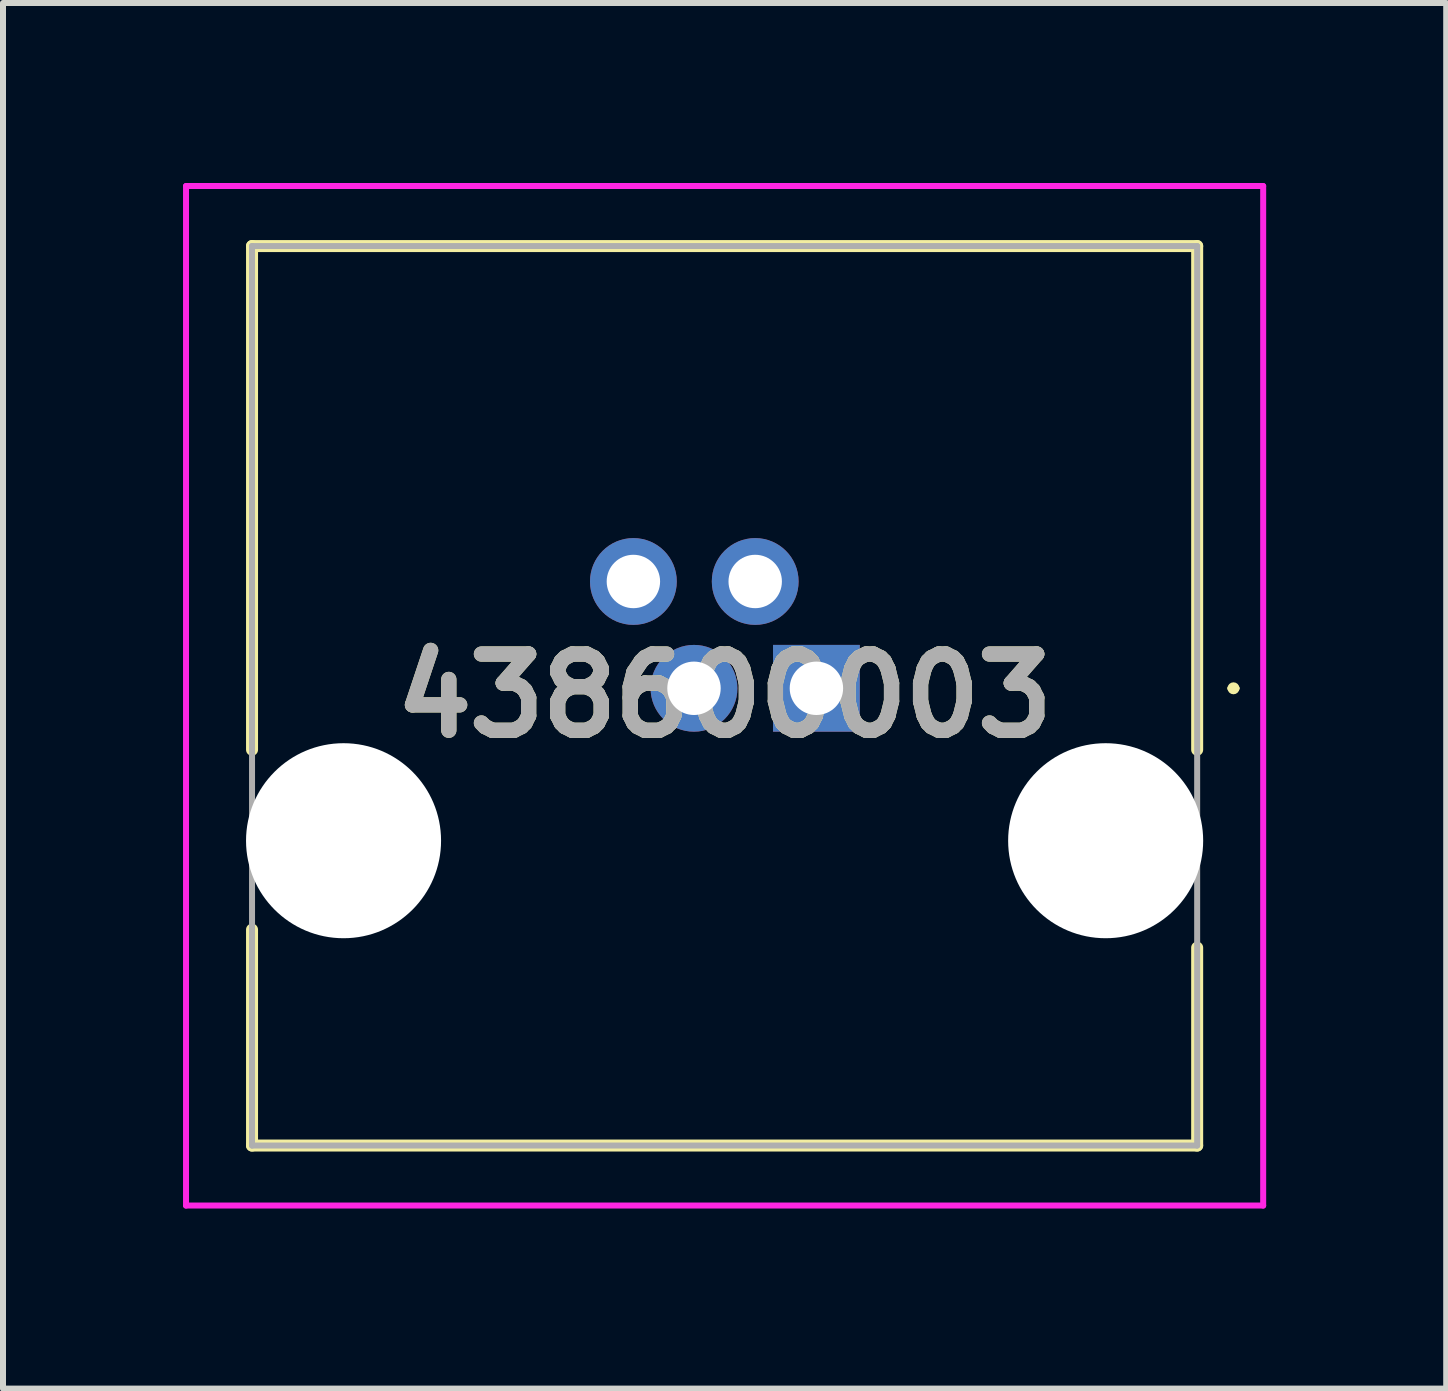
<source format=kicad_pcb>
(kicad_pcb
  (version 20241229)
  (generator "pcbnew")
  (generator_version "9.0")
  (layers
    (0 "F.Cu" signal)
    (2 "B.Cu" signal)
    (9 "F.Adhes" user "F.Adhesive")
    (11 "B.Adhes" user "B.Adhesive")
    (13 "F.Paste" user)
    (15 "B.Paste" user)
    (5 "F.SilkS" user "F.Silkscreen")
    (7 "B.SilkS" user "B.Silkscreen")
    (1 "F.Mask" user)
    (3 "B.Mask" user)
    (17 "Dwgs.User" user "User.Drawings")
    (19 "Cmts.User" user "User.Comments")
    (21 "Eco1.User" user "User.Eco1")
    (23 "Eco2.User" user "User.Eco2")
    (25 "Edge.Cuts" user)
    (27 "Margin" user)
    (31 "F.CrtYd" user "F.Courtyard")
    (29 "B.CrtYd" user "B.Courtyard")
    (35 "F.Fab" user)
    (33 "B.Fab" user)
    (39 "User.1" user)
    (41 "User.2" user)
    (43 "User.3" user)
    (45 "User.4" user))
  (footprint "438600003"
    (layer "F.Cu")
    (at 10.555 8.42)
    (property "Reference" "438600003" (at -1.53 0.125 0) (layer "F.SilkS") (effects (font (size 1.27 1.27) (thickness 0.254))))
    (attr through_hole)
    (fp_line (start -9.405 -7.37) (end 6.345 -7.37) (stroke (width 0.2) (type solid)) (layer "F.SilkS"))
    (fp_line (start -9.405 1.024) (end -9.405 -7.37) (stroke (width 0.2) (type solid)) (layer "F.SilkS"))
    (fp_line (start -9.405 4.022) (end -9.405 7.62) (stroke (width 0.2) (type solid)) (layer "F.SilkS"))
    (fp_line (start -9.405 7.62) (end 6.345 7.62) (stroke (width 0.2) (type solid)) (layer "F.SilkS"))
    (fp_line (start 6.345 -7.37) (end 6.345 1.024) (stroke (width 0.2) (type solid)) (layer "F.SilkS"))
    (fp_line (start 6.345 7.62) (end 6.345 4.322) (stroke (width 0.2) (type solid)) (layer "F.SilkS"))
    (fp_line (start 6.9 0) (end 6.9 0) (stroke (width 0.1) (type solid)) (layer "F.SilkS"))
    (fp_line (start 7 0) (end 7 0) (stroke (width 0.1) (type solid)) (layer "F.SilkS"))
    (fp_arc (start 6.9 0) (mid 6.95 -0.05) (end 7 0) (stroke (width 0.1) (type solid)) (layer "F.SilkS"))
    (fp_arc (start 7 0) (mid 6.95 0.05) (end 6.9 0) (stroke (width 0.1) (type solid)) (layer "F.SilkS"))
    (fp_line (start -10.505 -8.37) (end 7.445 -8.37) (stroke (width 0.1) (type solid)) (layer "F.CrtYd"))
    (fp_line (start -10.505 8.62) (end -10.505 -8.37) (stroke (width 0.1) (type solid)) (layer "F.CrtYd"))
    (fp_line (start 7.445 -8.37) (end 7.445 8.62) (stroke (width 0.1) (type solid)) (layer "F.CrtYd"))
    (fp_line (start 7.445 8.62) (end -10.505 8.62) (stroke (width 0.1) (type solid)) (layer "F.CrtYd"))
    (fp_line (start -9.405 -7.37) (end 6.345 -7.37) (stroke (width 0.1) (type solid)) (layer "F.Fab"))
    (fp_line (start -9.405 7.62) (end -9.405 -7.37) (stroke (width 0.1) (type solid)) (layer "F.Fab"))
    (fp_line (start 6.345 -7.37) (end 6.345 7.62) (stroke (width 0.1) (type solid)) (layer "F.Fab"))
    (fp_line (start 6.345 7.62) (end -9.405 7.62) (stroke (width 0.1) (type solid)) (layer "F.Fab"))
    (fp_text user "${REFERENCE}" (at -1.53 0.125 0) (layer "F.Fab") (effects (font (size 1.27 1.27) (thickness 0.254))))
    (pad "" np_thru_hole circle (at -7.88 2.54) (size 3.25 3.25) (drill 3.25) (layers "*.Cu" "*.Mask"))
    (pad "" np_thru_hole circle (at 4.82 2.54) (size 3.25 3.25) (drill 3.25) (layers "*.Cu" "*.Mask"))
    (pad "1" thru_hole rect (at 0 0) (size 1.446 1.446) (drill 0.89) (layers "*.Cu" "*.Mask"))
    (pad "2" thru_hole circle (at -1.02 -1.78) (size 1.446 1.446) (drill 0.89) (layers "*.Cu" "*.Mask"))
    (pad "3" thru_hole circle (at -2.04 0) (size 1.446 1.446) (drill 0.89) (layers "*.Cu" "*.Mask"))
    (pad "4" thru_hole circle (at -3.05 -1.78) (size 1.446 1.446) (drill 0.89) (layers "*.Cu" "*.Mask")))
  (gr_rect
    (start -3 -3)
    (end 21.05 20.09)
    (stroke (width 0.1) (type default))
    (fill no)
    (layer "Edge.Cuts")))
</source>
